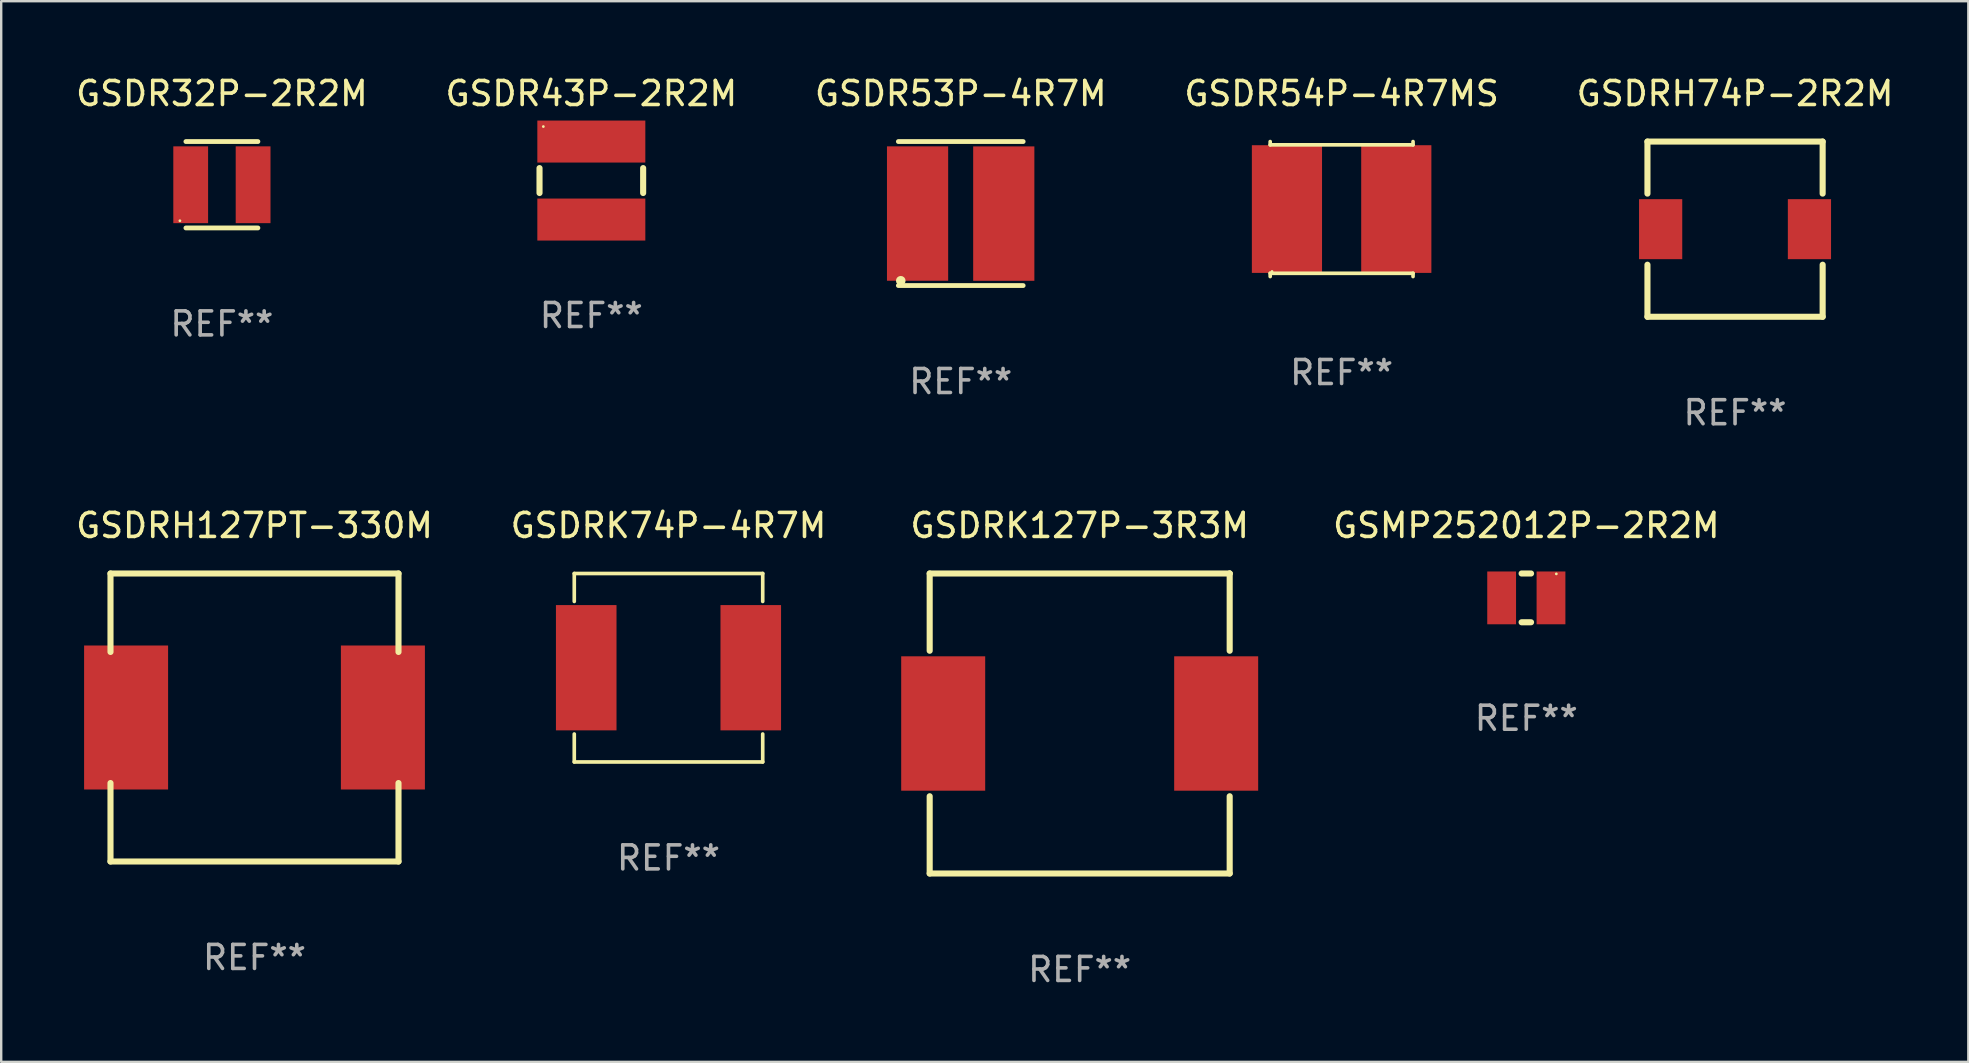
<source format=kicad_pcb>
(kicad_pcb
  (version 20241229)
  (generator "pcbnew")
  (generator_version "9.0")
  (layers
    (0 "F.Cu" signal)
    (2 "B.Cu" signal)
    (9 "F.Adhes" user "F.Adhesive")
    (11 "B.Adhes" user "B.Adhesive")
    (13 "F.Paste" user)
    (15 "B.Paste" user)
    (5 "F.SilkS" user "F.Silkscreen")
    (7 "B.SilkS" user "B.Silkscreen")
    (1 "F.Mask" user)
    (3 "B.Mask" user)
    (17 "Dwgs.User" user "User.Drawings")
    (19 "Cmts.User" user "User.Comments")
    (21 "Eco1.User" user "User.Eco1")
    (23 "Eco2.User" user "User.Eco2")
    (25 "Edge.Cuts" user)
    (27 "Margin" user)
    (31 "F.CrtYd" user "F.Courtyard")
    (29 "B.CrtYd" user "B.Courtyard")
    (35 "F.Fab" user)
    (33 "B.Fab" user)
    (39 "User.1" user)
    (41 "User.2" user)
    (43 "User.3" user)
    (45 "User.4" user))
  (footprint "GSDRK127P-3R3M"
    (layer "F.Cu")
    (at 41.937 27.096)
    (property "Reference" "GSDRK127P-3R3M" (at 0 -8.25 0) (layer "F.SilkS") (effects (font (size 1 1) (thickness 0.15))))
    (attr through_hole)
    (fp_line (start -6.25 -6.25) (end 6.25 -6.25) (stroke (width 0.254) (type solid)) (layer "F.SilkS"))
    (fp_line (start -6.25 -3.031) (end -6.25 -6.25) (stroke (width 0.254) (type solid)) (layer "F.SilkS"))
    (fp_line (start -6.25 6.25) (end -6.25 3.031) (stroke (width 0.254) (type solid)) (layer "F.SilkS"))
    (fp_line (start 6.25 -6.25) (end 6.25 -6.25) (stroke (width 0.254) (type solid)) (layer "F.SilkS"))
    (fp_line (start 6.25 -6.25) (end 6.25 -3.031) (stroke (width 0.254) (type solid)) (layer "F.SilkS"))
    (fp_line (start 6.25 3.031) (end 6.25 6.25) (stroke (width 0.254) (type solid)) (layer "F.SilkS"))
    (fp_line (start 6.25 6.25) (end -6.25 6.25) (stroke (width 0.254) (type solid)) (layer "F.SilkS"))
    (fp_circle (center -6.25 6.25) (end -6.22 6.25) (stroke (width 0.06) (type solid)) (fill no) (layer "F.SilkS"))
    (fp_text user "REF**" (at 0 10.25 0) (layer "F.Fab") (effects (font (size 1 1) (thickness 0.15))))
    (pad "1" smd rect (at -5.687 0) (size 3.5 5.6) (layers "F.Cu" "F.Mask" "F.Paste"))
    (pad "2" smd rect (at 5.687 0) (size 3.5 5.6) (layers "F.Cu" "F.Mask" "F.Paste")))
  (footprint "GSDRH74P-2R2M"
    (layer "F.Cu")
    (at 69.244 6.499)
    (property "Reference" "GSDRH74P-2R2M" (at 0 -5.65 0) (layer "F.SilkS") (effects (font (size 1 1) (thickness 0.15))))
    (attr through_hole)
    (fp_line (start -3.65 -3.65) (end -3.65 -1.482) (stroke (width 0.254) (type solid)) (layer "F.SilkS"))
    (fp_line (start -3.65 -3.65) (end 3.65 -3.65) (stroke (width 0.254) (type solid)) (layer "F.SilkS"))
    (fp_line (start -3.65 1.481) (end -3.65 3.65) (stroke (width 0.254) (type solid)) (layer "F.SilkS"))
    (fp_line (start 3.65 3.65) (end -3.65 3.65) (stroke (width 0.254) (type solid)) (layer "F.SilkS"))
    (fp_line (start 3.65 -3.65) (end 3.65 -1.482) (stroke (width 0.254) (type solid)) (layer "F.SilkS"))
    (fp_line (start 3.65 1.481) (end 3.65 3.65) (stroke (width 0.254) (type solid)) (layer "F.SilkS"))
    (fp_circle (center -3.65 3.65) (end -3.62 3.65) (stroke (width 0.06) (type solid)) (fill no) (layer "F.SilkS"))
    (fp_text user "REF**" (at 0 7.65 0) (layer "F.Fab") (effects (font (size 1 1) (thickness 0.15))))
    (pad "1" smd rect (at -3.1 -0.000368) (size 1.8 2.5) (layers "F.Cu" "F.Mask" "F.Paste"))
    (pad "2" smd rect (at 3.1 -0.000368) (size 1.8 2.5) (layers "F.Cu" "F.Mask" "F.Paste")))
  (footprint "GSMP252012P-2R2M"
    (layer "F.Cu")
    (at 60.547 21.862)
    (property "Reference" "GSMP252012P-2R2M" (at 0 -3.016 0) (layer "F.SilkS") (effects (font (size 1 1) (thickness 0.15))))
    (attr through_hole)
    (fp_line (start -0.197 1.016) (end 0.197 1.016) (stroke (width 0.254) (type solid)) (layer "F.SilkS"))
    (fp_line (start 0.197 -1.016) (end -0.197 -1.016) (stroke (width 0.254) (type solid)) (layer "F.SilkS"))
    (fp_circle (center 1.25 -1) (end 1.28 -1) (stroke (width 0.06) (type solid)) (fill no) (layer "F.SilkS"))
    (fp_text user "REF**" (at 0 5.016 0) (layer "F.Fab") (effects (font (size 1 1) (thickness 0.15))))
    (pad "1" smd rect (at 1.028 0) (size 1.2 2.2) (layers "F.Cu" "F.Mask" "F.Paste"))
    (pad "2" smd rect (at -1.028 0) (size 1.2 2.2) (layers "F.Cu" "F.Mask" "F.Paste")))
  (footprint "GSDR53P-4R7M"
    (layer "F.Cu")
    (at 36.982 5.848)
    (property "Reference" "GSDR53P-4R7M" (at 0 -5 0) (layer "F.SilkS") (effects (font (size 1 1) (thickness 0.15))))
    (attr through_hole)
    (fp_line (start -2.6 -3) (end 2.6 -3) (stroke (width 0.2) (type solid)) (layer "F.SilkS"))
    (fp_line (start -2.6 3) (end 2.6 3) (stroke (width 0.2) (type solid)) (layer "F.SilkS"))
    (fp_circle (center -2.5 2.8) (end -2.4 2.8) (stroke (width 0.2) (type solid)) (fill no) (layer "F.SilkS"))
    (fp_text user "REF**" (at 0 7 0) (layer "F.Fab") (effects (font (size 1 1) (thickness 0.15))))
    (pad "1" smd rect (at -1.8 0) (size 2.55 5.6) (layers "F.Cu" "F.Mask" "F.Paste"))
    (pad "2" smd rect (at 1.792 0.002) (size 2.55 5.6) (layers "F.Cu" "F.Mask" "F.Paste")))
  (footprint "GSDR43P-2R2M"
    (layer "F.Cu")
    (at 21.589 4.473)
    (property "Reference" "GSDR43P-2R2M" (at 0 -3.625 0) (layer "F.SilkS") (effects (font (size 1 1) (thickness 0.15))))
    (attr through_hole)
    (fp_line (start -2.159 -0.519) (end -2.159 0.519) (stroke (width 0.254) (type solid)) (layer "F.SilkS"))
    (fp_line (start 2.159 0.519) (end 2.159 -0.519) (stroke (width 0.254) (type solid)) (layer "F.SilkS"))
    (fp_circle (center -2 -2.25) (end -1.97 -2.25) (stroke (width 0.06) (type solid)) (fill no) (layer "F.SilkS"))
    (fp_text user "REF**" (at 0 5.625 0) (layer "F.Fab") (effects (font (size 1 1) (thickness 0.15))))
    (pad "1" smd rect (at 0 -1.625 90) (size 1.75 4.5) (layers "F.Cu" "F.Mask" "F.Paste"))
    (pad "2" smd rect (at 0 1.625 90) (size 1.75 4.5) (layers "F.Cu" "F.Mask" "F.Paste")))
  (footprint "GSDR54P-4R7MS"
    (layer "F.Cu")
    (at 52.851 5.661)
    (property "Reference" "GSDR54P-4R7MS" (at 0 -4.812 0) (layer "F.SilkS") (effects (font (size 1 1) (thickness 0.15))))
    (attr through_hole)
    (fp_line (start -2.976 -2.812) (end -2.976 -2.676) (stroke (width 0.152) (type solid)) (layer "F.SilkS"))
    (fp_line (start -2.976 -2.676) (end 2.976 -2.676) (stroke (width 0.152) (type solid)) (layer "F.SilkS"))
    (fp_line (start -2.976 2.676) (end 2.976 2.676) (stroke (width 0.152) (type solid)) (layer "F.SilkS"))
    (fp_line (start -2.976 2.812) (end -2.976 2.676) (stroke (width 0.152) (type solid)) (layer "F.SilkS"))
    (fp_line (start 2.976 -2.676) (end 2.976 -2.812) (stroke (width 0.152) (type solid)) (layer "F.SilkS"))
    (fp_line (start 2.976 2.676) (end 2.976 2.812) (stroke (width 0.152) (type solid)) (layer "F.SilkS"))
    (fp_circle (center -2.9 2.6) (end -2.87 2.6) (stroke (width 0.06) (type solid)) (fill no) (layer "F.SilkS"))
    (fp_text user "REF**" (at 0 6.812 0) (layer "F.Fab") (effects (font (size 1 1) (thickness 0.15))))
    (pad "1" smd rect (at 2.278 0) (size 2.924 5.32) (layers "F.Cu" "F.Mask" "F.Paste"))
    (pad "2" smd rect (at -2.278 0) (size 2.924 5.32) (layers "F.Cu" "F.Mask" "F.Paste")))
  (footprint "GSDRH127PT-330M"
    (layer "F.Cu")
    (at 7.554 26.846)
    (property "Reference" "GSDRH127PT-330M" (at 0 -8 0) (layer "F.SilkS") (effects (font (size 1 1) (thickness 0.15))))
    (attr through_hole)
    (fp_line (start -6 -6) (end 6 -6) (stroke (width 0.254) (type solid)) (layer "F.SilkS"))
    (fp_line (start -6 -2.731) (end -6 -6) (stroke (width 0.254) (type solid)) (layer "F.SilkS"))
    (fp_line (start -6 6) (end -6 2.731) (stroke (width 0.254) (type solid)) (layer "F.SilkS"))
    (fp_line (start -6 6) (end 6 6) (stroke (width 0.254) (type solid)) (layer "F.SilkS"))
    (fp_line (start 6 -2.731) (end 6 -6) (stroke (width 0.254) (type solid)) (layer "F.SilkS"))
    (fp_line (start 6 6) (end 6 2.731) (stroke (width 0.254) (type solid)) (layer "F.SilkS"))
    (fp_circle (center -6 6) (end -5.97 6) (stroke (width 0.06) (type solid)) (fill no) (layer "F.SilkS"))
    (fp_text user "REF**" (at 0 10 0) (layer "F.Fab") (effects (font (size 1 1) (thickness 0.15))))
    (pad "1" smd rect (at -5.35 0) (size 3.5 6) (layers "F.Cu" "F.Mask" "F.Paste"))
    (pad "2" smd rect (at 5.35 0) (size 3.5 6) (layers "F.Cu" "F.Mask" "F.Paste")))
  (footprint "GSDR32P-2R2M"
    (layer "F.Cu")
    (at 6.196 4.648)
    (property "Reference" "GSDR32P-2R2M" (at 0 -3.8 0) (layer "F.SilkS") (effects (font (size 1 1) (thickness 0.15))))
    (attr through_hole)
    (fp_line (start -1.5 -1.8) (end 1.5 -1.8) (stroke (width 0.2) (type solid)) (layer "F.SilkS"))
    (fp_line (start -1.5 1.8) (end 1.5 1.8) (stroke (width 0.2) (type solid)) (layer "F.SilkS"))
    (fp_circle (center -1.75 1.5) (end -1.72 1.5) (stroke (width 0.06) (type solid)) (fill no) (layer "F.SilkS"))
    (fp_text user "REF**" (at 0 5.8 0) (layer "F.Fab") (effects (font (size 1 1) (thickness 0.15))))
    (pad "1" smd rect (at -1.3 0) (size 1.45 3.2) (layers "F.Cu" "F.Mask" "F.Paste"))
    (pad "2" smd rect (at 1.3 0) (size 1.45 3.2) (layers "F.Cu" "F.Mask" "F.Paste")))
  (footprint "GSDRK74P-4R7M"
    (layer "F.Cu")
    (at 24.804 24.772)
    (property "Reference" "GSDRK74P-4R7M" (at 0 -5.926 0) (layer "F.SilkS") (effects (font (size 1 1) (thickness 0.15))))
    (attr through_hole)
    (fp_line (start -3.926 -3.926) (end 3.926 -3.926) (stroke (width 0.152) (type solid)) (layer "F.SilkS"))
    (fp_line (start -3.926 -2.762) (end -3.926 -3.926) (stroke (width 0.152) (type solid)) (layer "F.SilkS"))
    (fp_line (start -3.926 2.762) (end -3.926 3.926) (stroke (width 0.152) (type solid)) (layer "F.SilkS"))
    (fp_line (start -3.926 3.926) (end 3.926 3.926) (stroke (width 0.152) (type solid)) (layer "F.SilkS"))
    (fp_line (start 3.926 -3.926) (end 3.926 -2.762) (stroke (width 0.152) (type solid)) (layer "F.SilkS"))
    (fp_line (start 3.926 3.926) (end 3.926 2.762) (stroke (width 0.152) (type solid)) (layer "F.SilkS"))
    (fp_circle (center 3.9 -3.9) (end 3.93 -3.9) (stroke (width 0.06) (type solid)) (fill no) (layer "F.SilkS"))
    (fp_text user "REF**" (at 0 7.926 0) (layer "F.Fab") (effects (font (size 1 1) (thickness 0.15))))
    (pad "1" smd rect (at 3.428 0) (size 2.524 5.22) (layers "F.Cu" "F.Mask" "F.Paste"))
    (pad "2" smd rect (at -3.428 0) (size 2.524 5.22) (layers "F.Cu" "F.Mask" "F.Paste")))
  (gr_rect
    (start -3 -3)
    (end 78.964 41.194)
    (stroke (width 0.1) (type default))
    (fill no)
    (layer "Edge.Cuts")))
</source>
